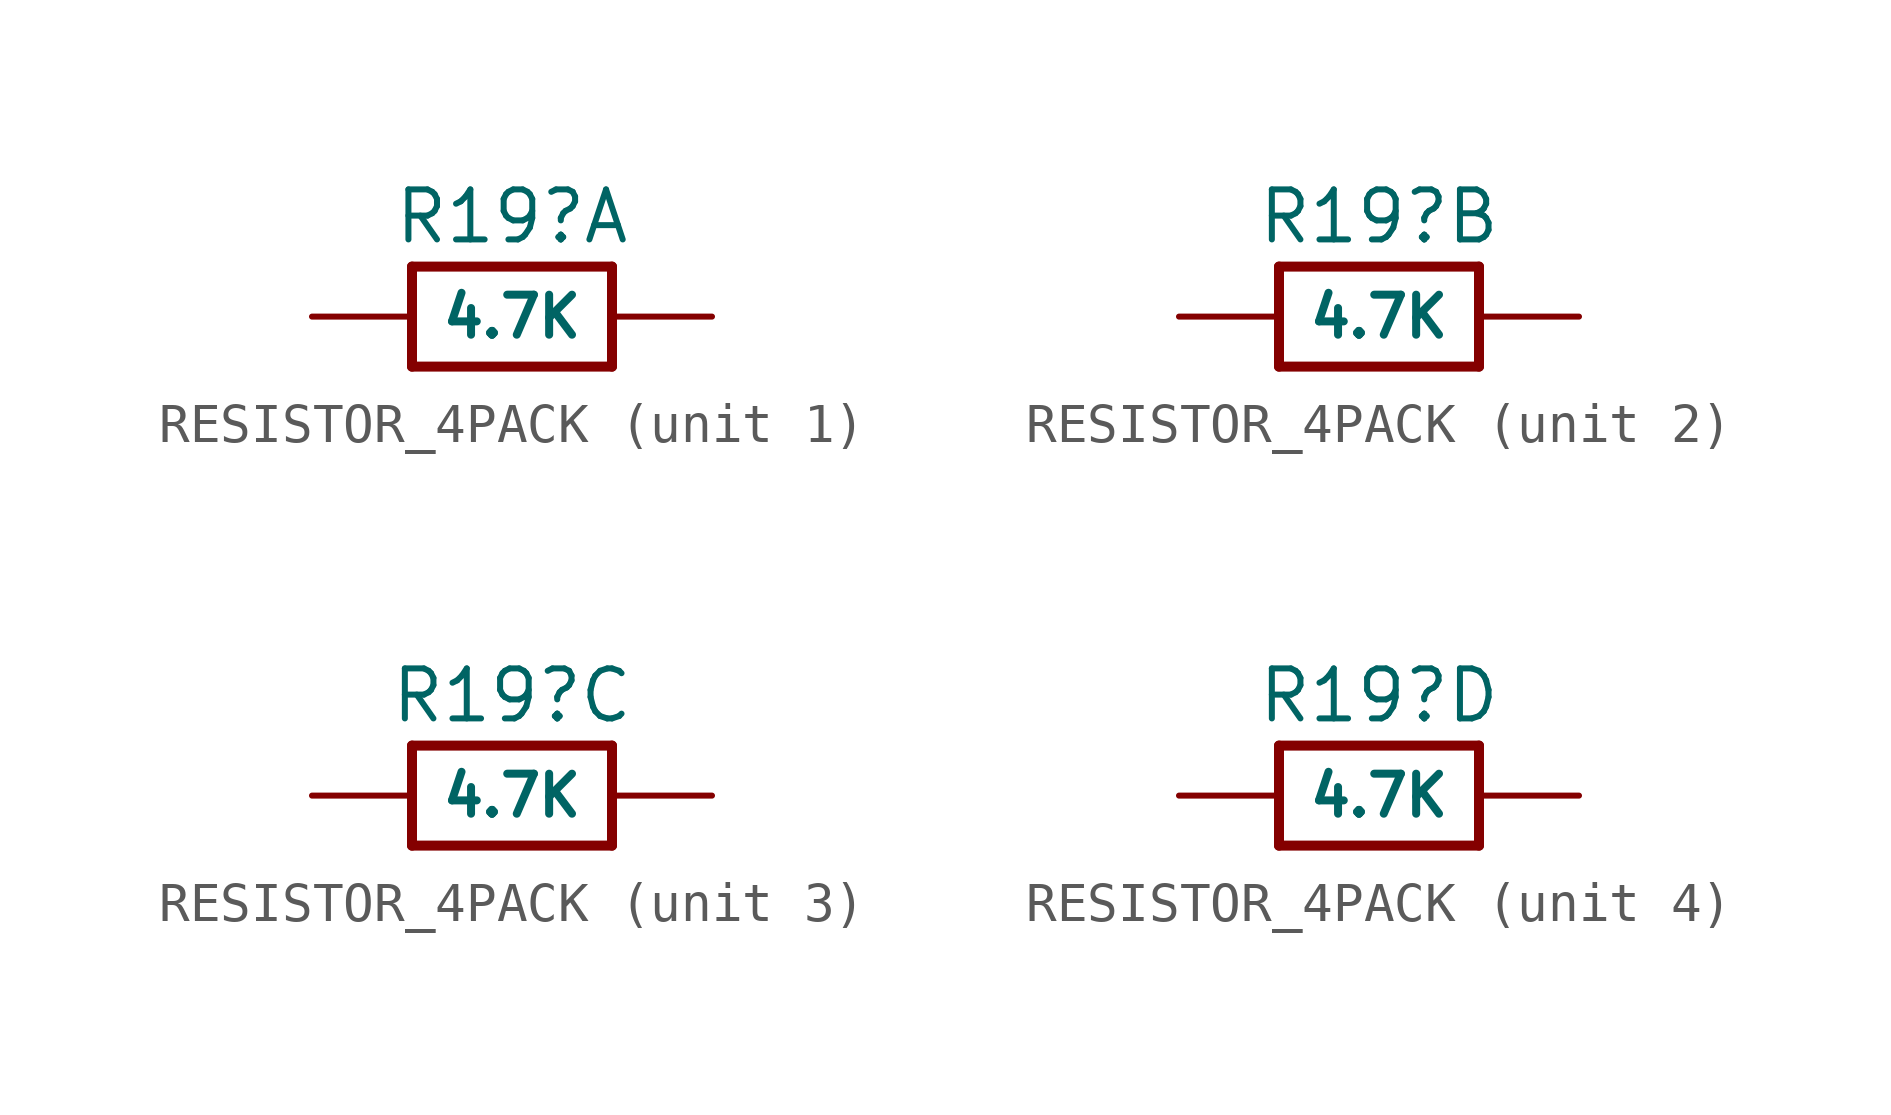
<source format=kicad_sym>
(kicad_symbol_lib
  (version 20220914)
  (generator kicad_symbol_editor)
  (symbol "RESISTOR_4PACK"
    (property "Reference" "R19"
      (at 0 2.54 0)
      (effects (font (size 1.27 1.27))))
    (property "Value" "4.7K"
      (at 0 0 0)
      (effects (font (size 1.016 1.016) bold)))
    (property "ki_locked" ""
      (at 0 0 0)
      (effects (font (size 1.27 1.27))))
    (symbol "RESISTOR_4PACK_1_0"
      (polyline (pts (xy -2.54 -1.27) (xy -2.54 1.27)) (stroke (width 0.254) (type solid)) (fill (type none)))
      (polyline (pts (xy -2.54 1.27) (xy 2.54 1.27)) (stroke (width 0.254) (type solid)) (fill (type none)))
      (polyline (pts (xy 2.54 -1.27) (xy -2.54 -1.27)) (stroke (width 0.254) (type solid)) (fill (type none)))
      (polyline (pts (xy 2.54 1.27) (xy 2.54 -1.27)) (stroke (width 0.254) (type solid)) (fill (type none)))
      (pin passive line (at -5.08 0 0) (length 2.54) (name "1" (effects (font (size 0 0)))) (number "1" (effects (font (size 0 0)))))
      (pin passive line (at 5.08 0 180) (length 2.54) (name "2" (effects (font (size 0 0)))) (number "8" (effects (font (size 0 0))))))
    (symbol "RESISTOR_4PACK_2_0"
      (polyline (pts (xy -2.54 -1.27) (xy -2.54 1.27)) (stroke (width 0.254) (type solid)) (fill (type none)))
      (polyline (pts (xy -2.54 1.27) (xy 2.54 1.27)) (stroke (width 0.254) (type solid)) (fill (type none)))
      (polyline (pts (xy 2.54 -1.27) (xy -2.54 -1.27)) (stroke (width 0.254) (type solid)) (fill (type none)))
      (polyline (pts (xy 2.54 1.27) (xy 2.54 -1.27)) (stroke (width 0.254) (type solid)) (fill (type none)))
      (pin passive line (at -5.08 0 0) (length 2.54) (name "1" (effects (font (size 0 0)))) (number "2" (effects (font (size 0 0)))))
      (pin passive line (at 5.08 0 180) (length 2.54) (name "2" (effects (font (size 0 0)))) (number "7" (effects (font (size 0 0))))))
    (symbol "RESISTOR_4PACK_3_0"
      (polyline (pts (xy -2.54 -1.27) (xy -2.54 1.27)) (stroke (width 0.254) (type solid)) (fill (type none)))
      (polyline (pts (xy -2.54 1.27) (xy 2.54 1.27)) (stroke (width 0.254) (type solid)) (fill (type none)))
      (polyline (pts (xy 2.54 -1.27) (xy -2.54 -1.27)) (stroke (width 0.254) (type solid)) (fill (type none)))
      (polyline (pts (xy 2.54 1.27) (xy 2.54 -1.27)) (stroke (width 0.254) (type solid)) (fill (type none)))
      (pin passive line (at -5.08 0 0) (length 2.54) (name "1" (effects (font (size 0 0)))) (number "3" (effects (font (size 0 0)))))
      (pin passive line (at 5.08 0 180) (length 2.54) (name "2" (effects (font (size 0 0)))) (number "6" (effects (font (size 0 0))))))
    (symbol "RESISTOR_4PACK_4_0"
      (polyline (pts (xy -2.54 -1.27) (xy -2.54 1.27)) (stroke (width 0.254) (type solid)) (fill (type none)))
      (polyline (pts (xy -2.54 1.27) (xy 2.54 1.27)) (stroke (width 0.254) (type solid)) (fill (type none)))
      (polyline (pts (xy 2.54 -1.27) (xy -2.54 -1.27)) (stroke (width 0.254) (type solid)) (fill (type none)))
      (polyline (pts (xy 2.54 1.27) (xy 2.54 -1.27)) (stroke (width 0.254) (type solid)) (fill (type none)))
      (pin passive line (at -5.08 0 0) (length 2.54) (name "1" (effects (font (size 0 0)))) (number "4" (effects (font (size 0 0)))))
      (pin passive line (at 5.08 0 180) (length 2.54) (name "2" (effects (font (size 0 0)))) (number "5" (effects (font (size 0 0))))))))
</source>
